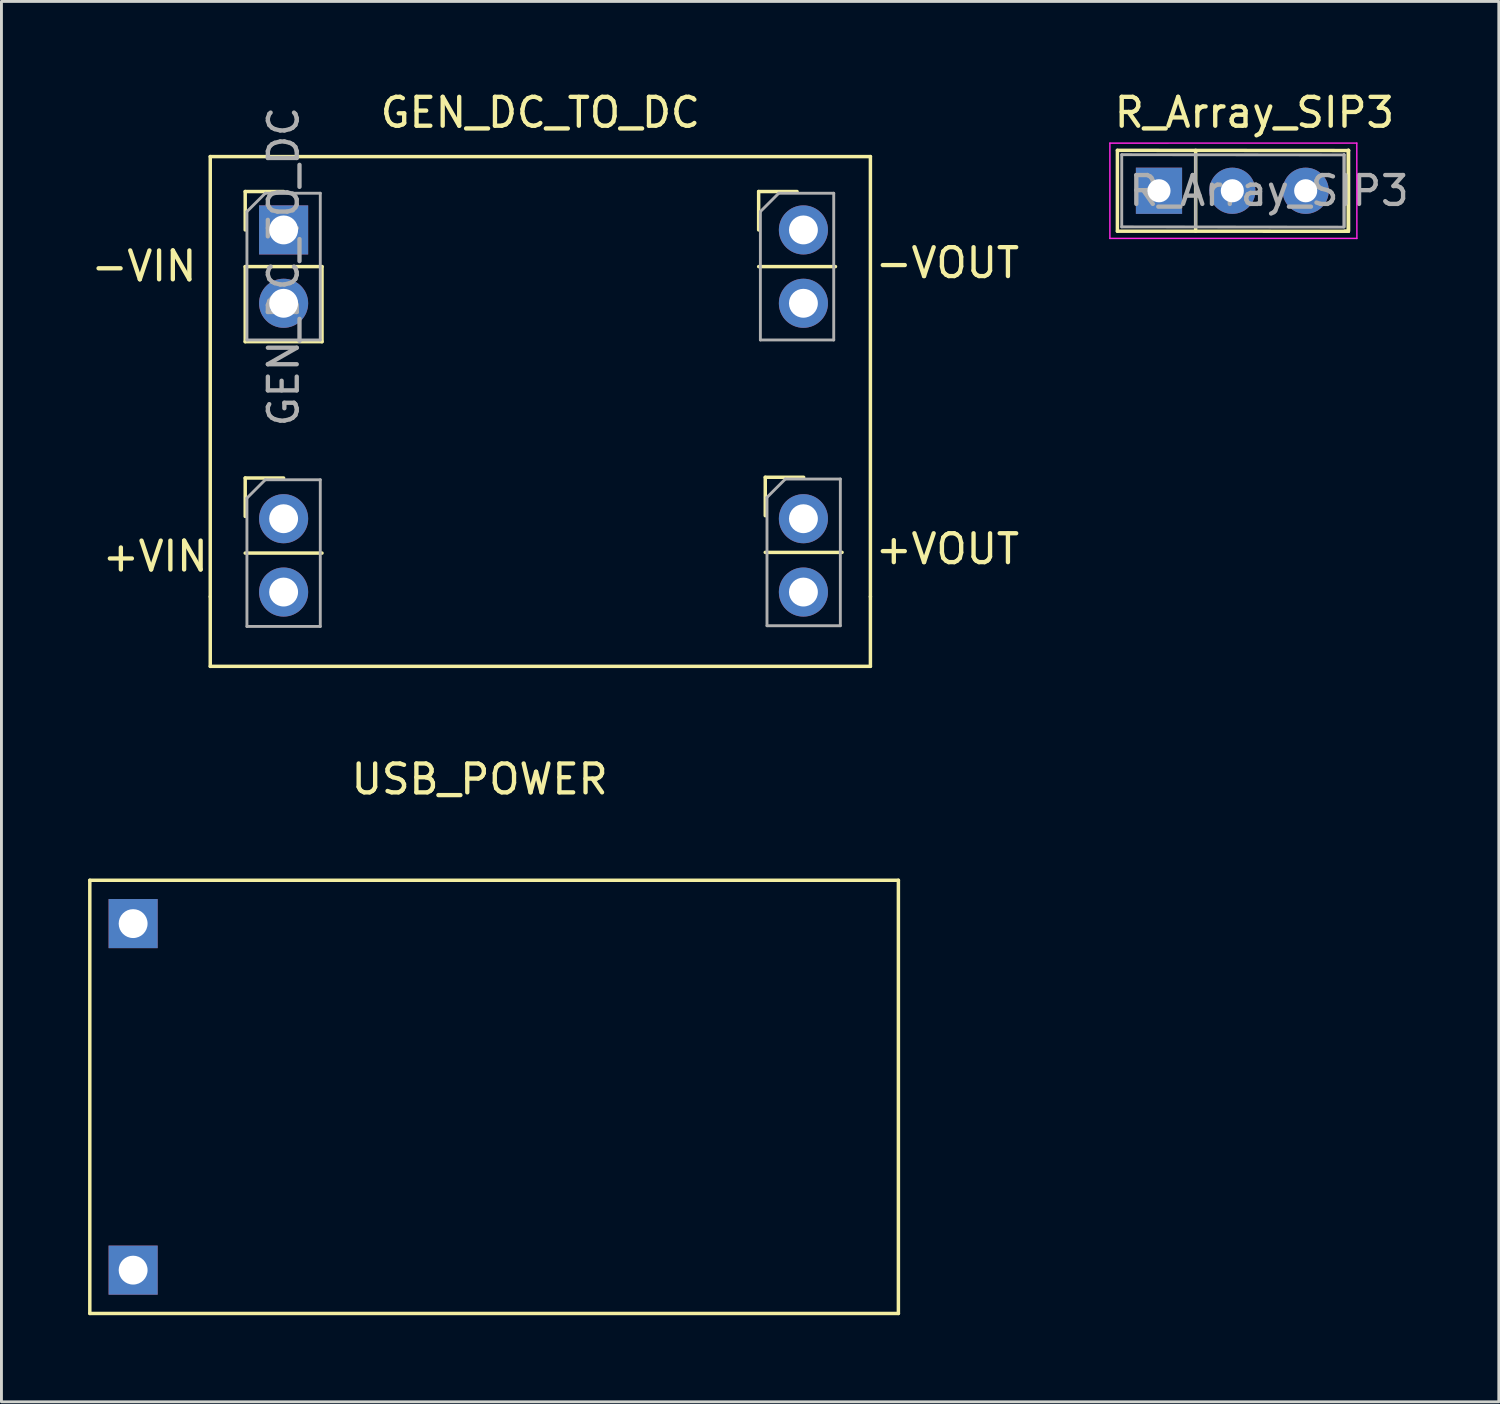
<source format=kicad_pcb>
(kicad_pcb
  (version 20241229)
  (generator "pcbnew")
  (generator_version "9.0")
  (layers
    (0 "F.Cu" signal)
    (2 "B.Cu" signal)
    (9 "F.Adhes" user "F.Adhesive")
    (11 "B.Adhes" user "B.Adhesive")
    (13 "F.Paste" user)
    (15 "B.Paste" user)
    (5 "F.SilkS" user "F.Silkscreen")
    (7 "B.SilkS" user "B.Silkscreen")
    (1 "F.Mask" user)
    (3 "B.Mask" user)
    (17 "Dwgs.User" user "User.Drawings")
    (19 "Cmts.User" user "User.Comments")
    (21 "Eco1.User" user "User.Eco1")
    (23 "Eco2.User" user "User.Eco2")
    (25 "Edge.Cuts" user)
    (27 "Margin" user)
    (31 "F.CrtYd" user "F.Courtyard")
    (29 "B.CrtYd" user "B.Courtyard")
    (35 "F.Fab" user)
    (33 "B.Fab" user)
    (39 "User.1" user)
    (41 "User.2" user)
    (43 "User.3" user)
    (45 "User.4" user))
  (footprint "USB_POWER"
    (layer "F.Cu")
    (at 1.56 28.933)
    (property "Reference" "USB_POWER" (at 12 -5 0) (layer "F.SilkS") (effects (font (size 1 1) (thickness 0.15))))
    (attr through_hole)
    (fp_line (start -1.5 -1.5) (end 26.5 -1.5) (stroke (width 0.12) (type solid)) (layer "F.SilkS"))
    (fp_line (start -1.5 13.5) (end -1.5 -1.5) (stroke (width 0.12) (type solid)) (layer "F.SilkS"))
    (fp_line (start 26.5 -1.5) (end 26.5 13.5) (stroke (width 0.12) (type solid)) (layer "F.SilkS"))
    (fp_line (start 26.5 13.5) (end -1.5 13.5) (stroke (width 0.12) (type solid)) (layer "F.SilkS"))
    (pad "1" thru_hole rect (at 0 0) (size 1.7 1.7) (drill 1) (layers "*.Cu" "*.Mask"))
    (pad "2" thru_hole rect (at 0 12) (size 1.7 1.7) (drill 1) (layers "*.Cu" "*.Mask")))
  (footprint "R_Array_SIP3"
    (layer "F.Cu")
    (at 37.084 3.556)
    (property "Reference" "R_Array_SIP3" (at 3.305 -2.708 0) (layer "F.SilkS") (effects (font (size 1 1) (thickness 0.15))))
    (attr through_hole)
    (fp_line (start -1.44 -1.4) (end -1.44 1.4) (stroke (width 0.12) (type solid)) (layer "F.SilkS"))
    (fp_line (start -1.44 1.4) (end 6.535 1.402) (stroke (width 0.12) (type solid)) (layer "F.SilkS"))
    (fp_line (start 1.27 -1.4) (end 1.27 1.4) (stroke (width 0.12) (type solid)) (layer "F.SilkS"))
    (fp_line (start 6.436 1.4) (end 6.553 1.402) (stroke (width 0.12) (type solid)) (layer "F.SilkS"))
    (fp_line (start 6.553 1.402) (end 6.551 1.397) (stroke (width 0.12) (type solid)) (layer "F.SilkS"))
    (fp_line (start 6.56 1.4) (end 6.56 -1.4) (stroke (width 0.12) (type solid)) (layer "F.SilkS"))
    (fp_line (start 6.56 1.4) (end 6.56 -1.4) (stroke (width 0.12) (type solid)) (layer "F.SilkS"))
    (fp_line (start 6.568 -1.394) (end -1.44 -1.4) (stroke (width 0.12) (type solid)) (layer "F.SilkS"))
    (fp_line (start -1.7 -1.65) (end -1.7 1.65) (stroke (width 0.05) (type solid)) (layer "F.CrtYd"))
    (fp_line (start -1.7 1.65) (end 6.85 1.65) (stroke (width 0.05) (type solid)) (layer "F.CrtYd"))
    (fp_line (start 6.85 -1.651) (end -1.7 -1.65) (stroke (width 0.05) (type solid)) (layer "F.CrtYd"))
    (fp_line (start 6.853 1.654) (end 6.85 -1.65) (stroke (width 0.05) (type solid)) (layer "F.CrtYd"))
    (fp_line (start -1.29 -1.25) (end -1.29 1.25) (stroke (width 0.1) (type solid)) (layer "F.Fab"))
    (fp_line (start -1.29 1.25) (end 6.393 1.26) (stroke (width 0.1) (type solid)) (layer "F.Fab"))
    (fp_line (start 1.27 -1.25) (end 1.27 1.25) (stroke (width 0.1) (type solid)) (layer "F.Fab"))
    (fp_line (start 6.41 1.25) (end 6.41 -1.25) (stroke (width 0.1) (type solid)) (layer "F.Fab"))
    (fp_line (start 6.41 1.25) (end 6.41 -1.25) (stroke (width 0.1) (type solid)) (layer "F.Fab"))
    (fp_line (start 6.411 -1.242) (end -1.29 -1.25) (stroke (width 0.1) (type solid)) (layer "F.Fab"))
    (fp_text user "${REFERENCE}" (at 3.81 0 0) (layer "F.Fab") (effects (font (size 1 1) (thickness 0.15))))
    (pad "1" thru_hole rect (at 0 0) (size 1.6 1.6) (drill 0.8) (layers "*.Cu" "*.Mask"))
    (pad "2" thru_hole oval (at 2.54 0) (size 1.6 1.6) (drill 0.8) (layers "*.Cu" "*.Mask"))
    (pad "3" thru_hole oval (at 5.08 0) (size 1.6 1.6) (drill 0.8) (layers "*.Cu" "*.Mask")))
  (footprint "GEN_DC_TO_DC"
    (layer "F.Cu")
    (at 6.771 4.912)
    (property "Reference" "GEN_DC_TO_DC" (at 8.89 -4.064 0) (layer "F.SilkS") (effects (font (size 1 1) (thickness 0.15))))
    (attr through_hole)
    (fp_line (start -2.54 -2.54) (end 20.32 -2.54) (stroke (width 0.12) (type solid)) (layer "F.SilkS"))
    (fp_line (start -2.54 12.7) (end -2.54 -2.54) (stroke (width 0.12) (type solid)) (layer "F.SilkS"))
    (fp_line (start -2.54 15.113) (end -2.54 12.7) (stroke (width 0.12) (type solid)) (layer "F.SilkS"))
    (fp_line (start -2.54 15.113) (end 20.32 15.113) (stroke (width 0.12) (type solid)) (layer "F.SilkS"))
    (fp_line (start -1.33 -1.33) (end 0 -1.33) (stroke (width 0.12) (type solid)) (layer "F.SilkS"))
    (fp_line (start -1.33 0) (end -1.33 -1.33) (stroke (width 0.12) (type solid)) (layer "F.SilkS"))
    (fp_line (start -1.33 1.27) (end -1.33 3.87) (stroke (width 0.12) (type solid)) (layer "F.SilkS"))
    (fp_line (start -1.33 1.27) (end 1.33 1.27) (stroke (width 0.12) (type solid)) (layer "F.SilkS"))
    (fp_line (start -1.33 3.87) (end 1.33 3.87) (stroke (width 0.12) (type solid)) (layer "F.SilkS"))
    (fp_line (start -1.33 8.591) (end 0 8.591) (stroke (width 0.12) (type solid)) (layer "F.SilkS"))
    (fp_line (start -1.33 9.921) (end -1.33 8.591) (stroke (width 0.12) (type solid)) (layer "F.SilkS"))
    (fp_line (start -1.33 11.191) (end 1.33 11.191) (stroke (width 0.12) (type solid)) (layer "F.SilkS"))
    (fp_line (start 1.33 1.27) (end 1.33 3.87) (stroke (width 0.12) (type solid)) (layer "F.SilkS"))
    (fp_line (start 16.45 -1.33) (end 17.78 -1.33) (stroke (width 0.12) (type solid)) (layer "F.SilkS"))
    (fp_line (start 16.45 0) (end 16.45 -1.33) (stroke (width 0.12) (type solid)) (layer "F.SilkS"))
    (fp_line (start 16.45 1.27) (end 19.11 1.27) (stroke (width 0.12) (type solid)) (layer "F.SilkS"))
    (fp_line (start 16.679 8.566) (end 18.009 8.566) (stroke (width 0.12) (type solid)) (layer "F.SilkS"))
    (fp_line (start 16.679 9.896) (end 16.679 8.566) (stroke (width 0.12) (type solid)) (layer "F.SilkS"))
    (fp_line (start 16.679 11.166) (end 19.339 11.166) (stroke (width 0.12) (type solid)) (layer "F.SilkS"))
    (fp_line (start 20.32 -2.54) (end 20.32 12.7) (stroke (width 0.12) (type solid)) (layer "F.SilkS"))
    (fp_line (start 20.32 12.7) (end 20.32 15.113) (stroke (width 0.12) (type solid)) (layer "F.SilkS"))
    (fp_line (start -1.27 -0.635) (end -0.635 -1.27) (stroke (width 0.1) (type solid)) (layer "F.Fab"))
    (fp_line (start -1.27 3.81) (end -1.27 -0.635) (stroke (width 0.1) (type solid)) (layer "F.Fab"))
    (fp_line (start -1.27 9.286) (end -0.635 8.651) (stroke (width 0.1) (type solid)) (layer "F.Fab"))
    (fp_line (start -1.27 13.731) (end -1.27 9.286) (stroke (width 0.1) (type solid)) (layer "F.Fab"))
    (fp_line (start -0.635 -1.27) (end 1.27 -1.27) (stroke (width 0.1) (type solid)) (layer "F.Fab"))
    (fp_line (start -0.635 8.651) (end 1.27 8.651) (stroke (width 0.1) (type solid)) (layer "F.Fab"))
    (fp_line (start 1.27 -1.27) (end 1.27 3.81) (stroke (width 0.1) (type solid)) (layer "F.Fab"))
    (fp_line (start 1.27 3.81) (end -1.27 3.81) (stroke (width 0.1) (type solid)) (layer "F.Fab"))
    (fp_line (start 1.27 8.651) (end 1.27 13.731) (stroke (width 0.1) (type solid)) (layer "F.Fab"))
    (fp_line (start 1.27 13.731) (end -1.27 13.731) (stroke (width 0.1) (type solid)) (layer "F.Fab"))
    (fp_line (start 16.51 -0.635) (end 17.145 -1.27) (stroke (width 0.1) (type solid)) (layer "F.Fab"))
    (fp_line (start 16.51 3.81) (end 16.51 -0.635) (stroke (width 0.1) (type solid)) (layer "F.Fab"))
    (fp_line (start 16.739 9.261) (end 17.374 8.626) (stroke (width 0.1) (type solid)) (layer "F.Fab"))
    (fp_line (start 16.739 13.706) (end 16.739 9.261) (stroke (width 0.1) (type solid)) (layer "F.Fab"))
    (fp_line (start 17.145 -1.27) (end 19.05 -1.27) (stroke (width 0.1) (type solid)) (layer "F.Fab"))
    (fp_line (start 17.374 8.626) (end 19.279 8.626) (stroke (width 0.1) (type solid)) (layer "F.Fab"))
    (fp_line (start 19.05 -1.27) (end 19.05 3.81) (stroke (width 0.1) (type solid)) (layer "F.Fab"))
    (fp_line (start 19.05 3.81) (end 16.51 3.81) (stroke (width 0.1) (type solid)) (layer "F.Fab"))
    (fp_line (start 19.279 8.626) (end 19.279 13.706) (stroke (width 0.1) (type solid)) (layer "F.Fab"))
    (fp_line (start 19.279 13.706) (end 16.739 13.706) (stroke (width 0.1) (type solid)) (layer "F.Fab"))
    (fp_text user "+VOUT" (at 22.987 11.049 0) (layer "F.SilkS") (effects (font (size 1 1) (thickness 0.15))))
    (fp_text user "+VIN" (at -4.445 11.303 0) (layer "F.SilkS") (effects (font (size 1 1) (thickness 0.15))))
    (fp_text user "-VOUT" (at 22.987 1.143 0) (layer "F.SilkS") (effects (font (size 1 1) (thickness 0.15))))
    (fp_text user "-VIN" (at -4.836 1.255 0) (layer "F.SilkS") (effects (font (size 1 1) (thickness 0.15))))
    (fp_text user "${REFERENCE}" (at 0 1.27 90) (layer "F.Fab") (effects (font (size 1 1) (thickness 0.15))))
    (pad "1" thru_hole rect (at 0 0) (size 1.7 1.7) (drill 1) (layers "*.Cu" "*.Mask"))
    (pad "2" thru_hole oval (at 0 2.54) (size 1.7 1.7) (drill 1) (layers "*.Cu" "*.Mask"))
    (pad "3" thru_hole circle (at 0 10) (size 1.7 1.7) (drill 1) (layers "*.Cu" "*.Mask"))
    (pad "4" thru_hole oval (at 0 12.54) (size 1.7 1.7) (drill 1) (layers "*.Cu" "*.Mask"))
    (pad "5" thru_hole circle (at 18 0) (size 1.7 1.7) (drill 1) (layers "*.Cu" "*.Mask"))
    (pad "6" thru_hole oval (at 18 2.54) (size 1.7 1.7) (drill 1) (layers "*.Cu" "*.Mask"))
    (pad "7" thru_hole circle (at 18 10) (size 1.7 1.7) (drill 1) (layers "*.Cu" "*.Mask"))
    (pad "8" thru_hole oval (at 18 12.54) (size 1.7 1.7) (drill 1) (layers "*.Cu" "*.Mask")))
  (gr_rect
    (start -3 -3)
    (end 48.852 45.493)
    (stroke (width 0.1) (type default))
    (fill no)
    (layer "Edge.Cuts")))
</source>
